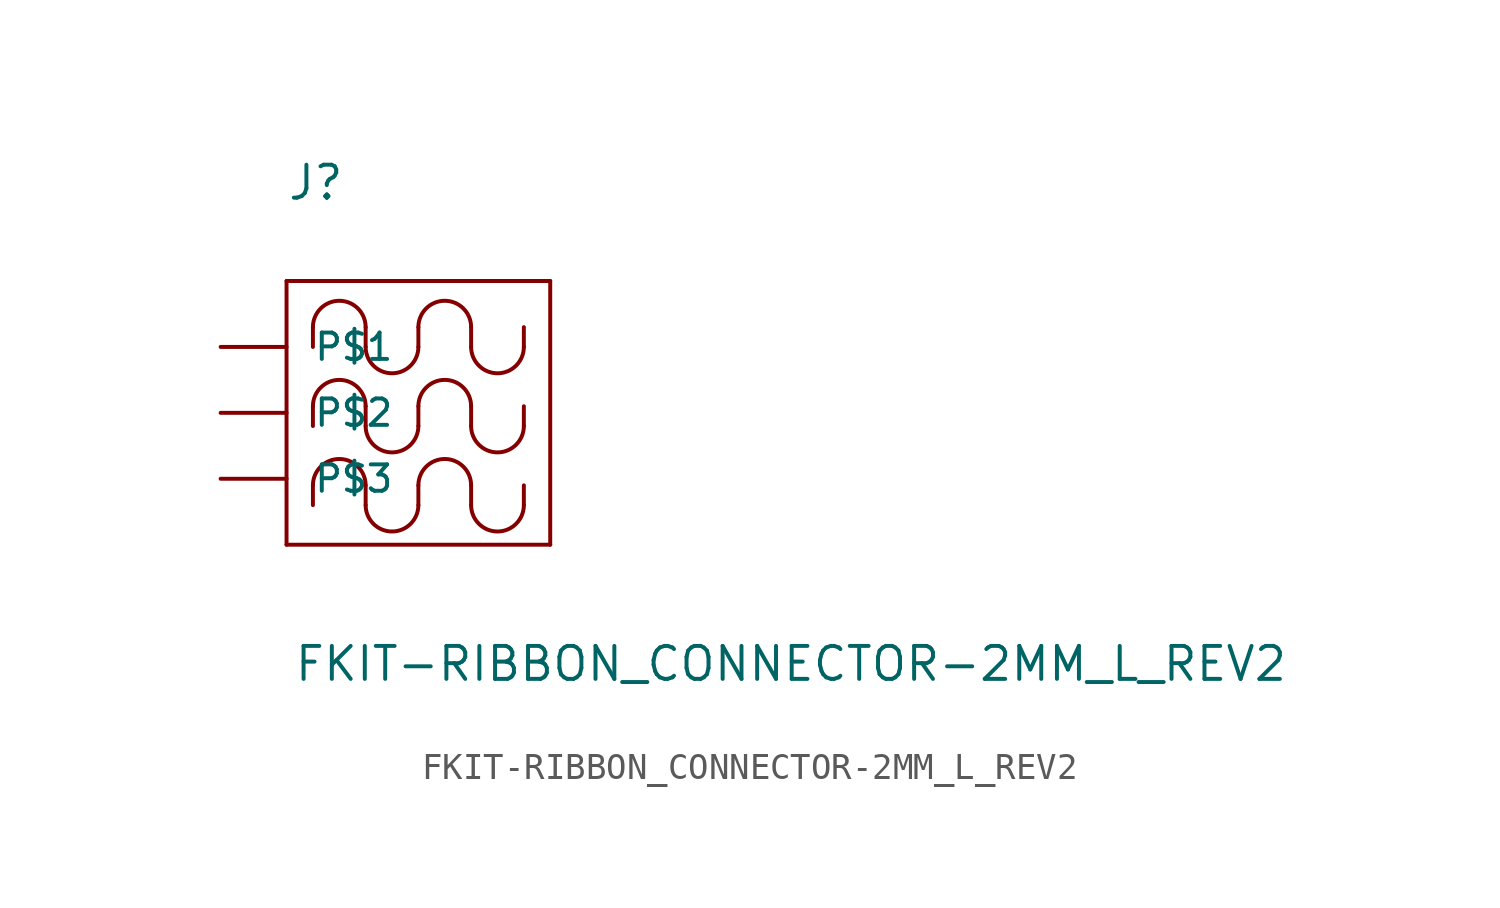
<source format=kicad_sym>
(kicad_symbol_lib
  (version 20211014)
  (generator kicad_symbol_editor)
  (symbol "FKIT-RIBBON_CONNECTOR-2MM_L_REV2"
    (pin_numbers hide)
    (pin_names
      (offset 1.016))
    (property "Reference" "J"
      (at -5.08 8.128 0)
      (effects (font (size 1.27 1.27)) (justify left bottom)))
    (property "Value" "FKIT-RIBBON_CONNECTOR-2MM_L_REV2"
      (at -4.826 -10.414 0)
      (effects (font (size 1.27 1.27)) (justify left bottom)))
    (property "ki_locked" ""
      (at 0 0 0)
      (effects (font (size 1.27 1.27))))
    (symbol "FKIT-RIBBON_CONNECTOR-2MM_L_REV2_1_0"
      (polyline (pts (xy -5.08 -5.08) (xy 5.08 -5.08)) (stroke (width 0) (type default) (color 0 0 0 0)) (fill (type none)))
      (polyline (pts (xy -5.08 5.08) (xy -5.08 -5.08)) (stroke (width 0) (type default) (color 0 0 0 0)) (fill (type none)))
      (polyline (pts (xy -4.064 -2.794) (xy -4.064 -3.556)) (stroke (width 0) (type default) (color 0 0 0 0)) (fill (type none)))
      (polyline (pts (xy -4.064 0.254) (xy -4.064 -0.508)) (stroke (width 0) (type default) (color 0 0 0 0)) (fill (type none)))
      (polyline (pts (xy -4.064 2.54) (xy -4.064 3.302)) (stroke (width 0) (type default) (color 0 0 0 0)) (fill (type none)))
      (polyline (pts (xy -2.032 -2.794) (xy -2.032 -3.556)) (stroke (width 0) (type default) (color 0 0 0 0)) (fill (type none)))
      (polyline (pts (xy -2.032 0.254) (xy -2.032 -0.508)) (stroke (width 0) (type default) (color 0 0 0 0)) (fill (type none)))
      (polyline (pts (xy -2.032 3.302) (xy -2.032 2.54)) (stroke (width 0) (type default) (color 0 0 0 0)) (fill (type none)))
      (polyline (pts (xy 0 -3.556) (xy 0 -2.794)) (stroke (width 0) (type default) (color 0 0 0 0)) (fill (type none)))
      (polyline (pts (xy 0 -0.508) (xy 0 0.254)) (stroke (width 0) (type default) (color 0 0 0 0)) (fill (type none)))
      (polyline (pts (xy 0 2.54) (xy 0 3.302)) (stroke (width 0) (type default) (color 0 0 0 0)) (fill (type none)))
      (polyline (pts (xy 2.032 -2.794) (xy 2.032 -3.556)) (stroke (width 0) (type default) (color 0 0 0 0)) (fill (type none)))
      (polyline (pts (xy 2.032 0.254) (xy 2.032 -0.508)) (stroke (width 0) (type default) (color 0 0 0 0)) (fill (type none)))
      (polyline (pts (xy 2.032 3.302) (xy 2.032 2.54)) (stroke (width 0) (type default) (color 0 0 0 0)) (fill (type none)))
      (polyline (pts (xy 4.064 -3.556) (xy 4.064 -2.794)) (stroke (width 0) (type default) (color 0 0 0 0)) (fill (type none)))
      (polyline (pts (xy 4.064 -0.508) (xy 4.064 0.254)) (stroke (width 0) (type default) (color 0 0 0 0)) (fill (type none)))
      (polyline (pts (xy 4.064 2.54) (xy 4.064 3.302)) (stroke (width 0) (type default) (color 0 0 0 0)) (fill (type none)))
      (polyline (pts (xy 5.08 -5.08) (xy 5.08 5.08)) (stroke (width 0) (type default) (color 0 0 0 0)) (fill (type none)))
      (polyline (pts (xy 5.08 5.08) (xy -5.08 5.08)) (stroke (width 0) (type default) (color 0 0 0 0)) (fill (type none))))
    (symbol "FKIT-RIBBON_CONNECTOR-2MM_L_REV2_1_1"
      (arc (start -2.032 -3.556) (mid -1.016 -4.572) (end 0 -3.556) (stroke (width 0) (type default) (color 0 0 0 0)) (fill (type none)))
      (arc (start -2.032 -2.794) (mid -3.048 -1.778) (end -4.064 -2.794) (stroke (width 0) (type default) (color 0 0 0 0)) (fill (type none)))
      (arc (start -2.032 -0.508) (mid -1.016 -1.524) (end 0 -0.508) (stroke (width 0) (type default) (color 0 0 0 0)) (fill (type none)))
      (arc (start -2.032 0.254) (mid -3.048 1.27) (end -4.064 0.254) (stroke (width 0) (type default) (color 0 0 0 0)) (fill (type none)))
      (arc (start -2.032 2.54) (mid -1.016 1.524) (end 0 2.54) (stroke (width 0) (type default) (color 0 0 0 0)) (fill (type none)))
      (arc (start -2.032 3.302) (mid -3.048 4.318) (end -4.064 3.302) (stroke (width 0) (type default) (color 0 0 0 0)) (fill (type none)))
      (arc (start 2.032 -3.556) (mid 3.048 -4.572) (end 4.064 -3.556) (stroke (width 0) (type default) (color 0 0 0 0)) (fill (type none)))
      (arc (start 2.032 -2.794) (mid 1.016 -1.778) (end 0 -2.794) (stroke (width 0) (type default) (color 0 0 0 0)) (fill (type none)))
      (arc (start 2.032 -0.508) (mid 3.048 -1.524) (end 4.064 -0.508) (stroke (width 0) (type default) (color 0 0 0 0)) (fill (type none)))
      (arc (start 2.032 0.254) (mid 1.016 1.27) (end 0 0.254) (stroke (width 0) (type default) (color 0 0 0 0)) (fill (type none)))
      (arc (start 2.032 2.54) (mid 3.048 1.524) (end 4.064 2.54) (stroke (width 0) (type default) (color 0 0 0 0)) (fill (type none)))
      (arc (start 2.032 3.302) (mid 1.016 4.318) (end 0 3.302) (stroke (width 0) (type default) (color 0 0 0 0)) (fill (type none)))
      (pin bidirectional line (at -7.62 2.54 0) (length 2.54) (name "P$1" (effects (font (size 1.016 1.016)))) (number "P1A" (effects (font (size 1.016 1.016)))))
      (pin bidirectional line (at -7.62 0 0) (length 2.54) (name "P$2" (effects (font (size 1.016 1.016)))) (number "P2A" (effects (font (size 1.016 1.016)))))
      (pin bidirectional line (at -7.62 -2.54 0) (length 2.54) (name "P$3" (effects (font (size 1.016 1.016)))) (number "P3A" (effects (font (size 1.016 1.016))))))))
</source>
